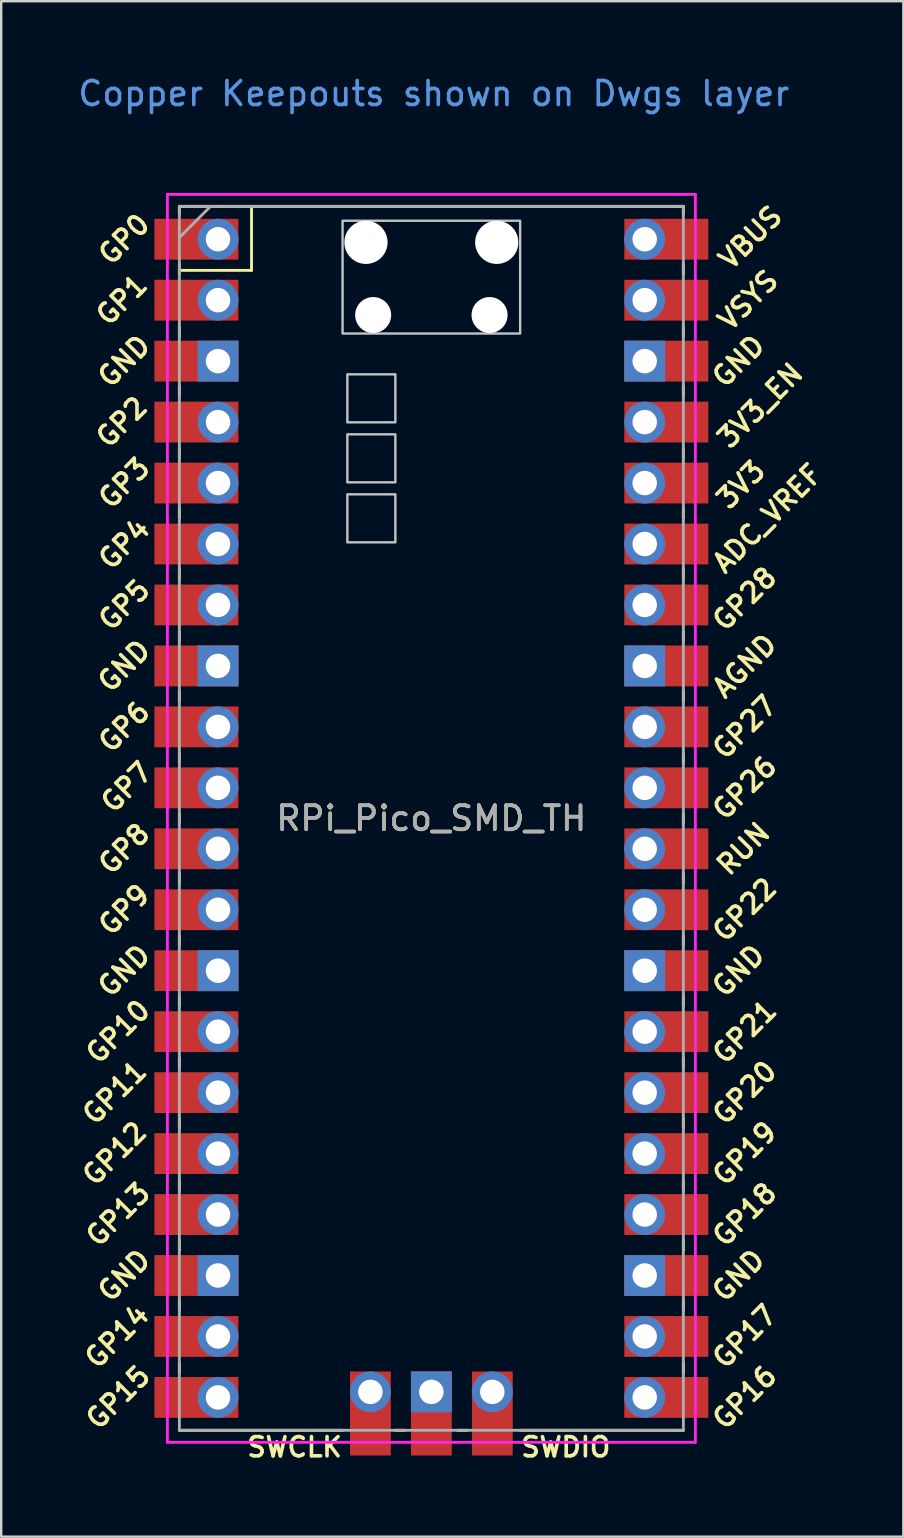
<source format=kicad_pcb>
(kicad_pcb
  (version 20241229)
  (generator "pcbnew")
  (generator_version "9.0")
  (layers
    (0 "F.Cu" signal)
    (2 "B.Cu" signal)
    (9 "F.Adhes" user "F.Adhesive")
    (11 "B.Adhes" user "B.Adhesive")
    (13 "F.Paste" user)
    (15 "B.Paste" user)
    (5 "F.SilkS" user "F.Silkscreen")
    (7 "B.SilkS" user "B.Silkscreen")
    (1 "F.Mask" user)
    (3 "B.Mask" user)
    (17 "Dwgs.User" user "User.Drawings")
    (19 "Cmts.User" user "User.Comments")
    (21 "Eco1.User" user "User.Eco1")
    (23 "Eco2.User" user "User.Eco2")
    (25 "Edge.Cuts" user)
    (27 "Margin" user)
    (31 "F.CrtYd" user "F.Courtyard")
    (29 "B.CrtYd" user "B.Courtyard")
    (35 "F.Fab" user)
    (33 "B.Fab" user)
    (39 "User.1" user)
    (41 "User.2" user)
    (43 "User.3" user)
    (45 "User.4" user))
  (footprint "RPi_Pico_SMD_TH"
    (layer "F.Cu")
    (at 14.924 31.048)
    (property "Reference" "RPi_Pico_SMD_TH" (at 0 0 0) (layer "F.SilkS") (effects (font (size 1 1) (thickness 0.15))))
    (attr through_hole)
    (fp_line (start -10.5 -25.5) (end -10.5 -25.2) (stroke (width 0.12) (type solid)) (layer "F.SilkS"))
    (fp_line (start -10.5 -25.5) (end 10.5 -25.5) (stroke (width 0.12) (type solid)) (layer "F.SilkS"))
    (fp_line (start -10.5 -23.1) (end -10.5 -22.7) (stroke (width 0.12) (type solid)) (layer "F.SilkS"))
    (fp_line (start -10.5 -22.833) (end -7.493 -22.833) (stroke (width 0.12) (type solid)) (layer "F.SilkS"))
    (fp_line (start -10.5 -20.5) (end -10.5 -20.1) (stroke (width 0.12) (type solid)) (layer "F.SilkS"))
    (fp_line (start -10.5 -18) (end -10.5 -17.6) (stroke (width 0.12) (type solid)) (layer "F.SilkS"))
    (fp_line (start -10.5 -15.4) (end -10.5 -15) (stroke (width 0.12) (type solid)) (layer "F.SilkS"))
    (fp_line (start -10.5 -12.9) (end -10.5 -12.5) (stroke (width 0.12) (type solid)) (layer "F.SilkS"))
    (fp_line (start -10.5 -10.4) (end -10.5 -10) (stroke (width 0.12) (type solid)) (layer "F.SilkS"))
    (fp_line (start -10.5 -7.8) (end -10.5 -7.4) (stroke (width 0.12) (type solid)) (layer "F.SilkS"))
    (fp_line (start -10.5 -5.3) (end -10.5 -4.9) (stroke (width 0.12) (type solid)) (layer "F.SilkS"))
    (fp_line (start -10.5 -2.7) (end -10.5 -2.3) (stroke (width 0.12) (type solid)) (layer "F.SilkS"))
    (fp_line (start -10.5 -0.2) (end -10.5 0.2) (stroke (width 0.12) (type solid)) (layer "F.SilkS"))
    (fp_line (start -10.5 2.3) (end -10.5 2.7) (stroke (width 0.12) (type solid)) (layer "F.SilkS"))
    (fp_line (start -10.5 4.9) (end -10.5 5.3) (stroke (width 0.12) (type solid)) (layer "F.SilkS"))
    (fp_line (start -10.5 7.4) (end -10.5 7.8) (stroke (width 0.12) (type solid)) (layer "F.SilkS"))
    (fp_line (start -10.5 10) (end -10.5 10.4) (stroke (width 0.12) (type solid)) (layer "F.SilkS"))
    (fp_line (start -10.5 12.5) (end -10.5 12.9) (stroke (width 0.12) (type solid)) (layer "F.SilkS"))
    (fp_line (start -10.5 15.1) (end -10.5 15.5) (stroke (width 0.12) (type solid)) (layer "F.SilkS"))
    (fp_line (start -10.5 17.6) (end -10.5 18) (stroke (width 0.12) (type solid)) (layer "F.SilkS"))
    (fp_line (start -10.5 20.1) (end -10.5 20.5) (stroke (width 0.12) (type solid)) (layer "F.SilkS"))
    (fp_line (start -10.5 22.7) (end -10.5 23.1) (stroke (width 0.12) (type solid)) (layer "F.SilkS"))
    (fp_line (start -7.493 -22.833) (end -7.493 -25.5) (stroke (width 0.12) (type solid)) (layer "F.SilkS"))
    (fp_line (start -3.7 25.5) (end -10.5 25.5) (stroke (width 0.12) (type solid)) (layer "F.SilkS"))
    (fp_line (start -1.5 25.5) (end -1.1 25.5) (stroke (width 0.12) (type solid)) (layer "F.SilkS"))
    (fp_line (start 1.1 25.5) (end 1.5 25.5) (stroke (width 0.12) (type solid)) (layer "F.SilkS"))
    (fp_line (start 10.5 -25.5) (end 10.5 -25.2) (stroke (width 0.12) (type solid)) (layer "F.SilkS"))
    (fp_line (start 10.5 -23.1) (end 10.5 -22.7) (stroke (width 0.12) (type solid)) (layer "F.SilkS"))
    (fp_line (start 10.5 -20.5) (end 10.5 -20.1) (stroke (width 0.12) (type solid)) (layer "F.SilkS"))
    (fp_line (start 10.5 -18) (end 10.5 -17.6) (stroke (width 0.12) (type solid)) (layer "F.SilkS"))
    (fp_line (start 10.5 -15.4) (end 10.5 -15) (stroke (width 0.12) (type solid)) (layer "F.SilkS"))
    (fp_line (start 10.5 -12.9) (end 10.5 -12.5) (stroke (width 0.12) (type solid)) (layer "F.SilkS"))
    (fp_line (start 10.5 -10.4) (end 10.5 -10) (stroke (width 0.12) (type solid)) (layer "F.SilkS"))
    (fp_line (start 10.5 -7.8) (end 10.5 -7.4) (stroke (width 0.12) (type solid)) (layer "F.SilkS"))
    (fp_line (start 10.5 -5.3) (end 10.5 -4.9) (stroke (width 0.12) (type solid)) (layer "F.SilkS"))
    (fp_line (start 10.5 -2.7) (end 10.5 -2.3) (stroke (width 0.12) (type solid)) (layer "F.SilkS"))
    (fp_line (start 10.5 -0.2) (end 10.5 0.2) (stroke (width 0.12) (type solid)) (layer "F.SilkS"))
    (fp_line (start 10.5 2.3) (end 10.5 2.7) (stroke (width 0.12) (type solid)) (layer "F.SilkS"))
    (fp_line (start 10.5 4.9) (end 10.5 5.3) (stroke (width 0.12) (type solid)) (layer "F.SilkS"))
    (fp_line (start 10.5 7.4) (end 10.5 7.8) (stroke (width 0.12) (type solid)) (layer "F.SilkS"))
    (fp_line (start 10.5 10) (end 10.5 10.4) (stroke (width 0.12) (type solid)) (layer "F.SilkS"))
    (fp_line (start 10.5 12.5) (end 10.5 12.9) (stroke (width 0.12) (type solid)) (layer "F.SilkS"))
    (fp_line (start 10.5 15.1) (end 10.5 15.5) (stroke (width 0.12) (type solid)) (layer "F.SilkS"))
    (fp_line (start 10.5 17.6) (end 10.5 18) (stroke (width 0.12) (type solid)) (layer "F.SilkS"))
    (fp_line (start 10.5 20.1) (end 10.5 20.5) (stroke (width 0.12) (type solid)) (layer "F.SilkS"))
    (fp_line (start 10.5 22.7) (end 10.5 23.1) (stroke (width 0.12) (type solid)) (layer "F.SilkS"))
    (fp_line (start 10.5 25.5) (end 3.7 25.5) (stroke (width 0.12) (type solid)) (layer "F.SilkS"))
    (fp_poly (pts (xy -1.5 -16.5) (xy -3.5 -16.5) (xy -3.5 -18.5) (xy -1.5 -18.5)) (stroke (width 0.1) (type solid)) (fill no) (layer "Dwgs.User"))
    (fp_poly (pts (xy -1.5 -14) (xy -3.5 -14) (xy -3.5 -16) (xy -1.5 -16)) (stroke (width 0.1) (type solid)) (fill no) (layer "Dwgs.User"))
    (fp_poly (pts (xy -1.5 -11.5) (xy -3.5 -11.5) (xy -3.5 -13.5) (xy -1.5 -13.5)) (stroke (width 0.1) (type solid)) (fill no) (layer "Dwgs.User"))
    (fp_poly (pts (xy 3.7 -20.2) (xy -3.7 -20.2) (xy -3.7 -24.9) (xy 3.7 -24.9)) (stroke (width 0.1) (type solid)) (fill no) (layer "Dwgs.User"))
    (fp_line (start -11 -26) (end 11 -26) (stroke (width 0.12) (type solid)) (layer "F.CrtYd"))
    (fp_line (start -11 26) (end -11 -26) (stroke (width 0.12) (type solid)) (layer "F.CrtYd"))
    (fp_line (start 11 -26) (end 11 26) (stroke (width 0.12) (type solid)) (layer "F.CrtYd"))
    (fp_line (start 11 26) (end -11 26) (stroke (width 0.12) (type solid)) (layer "F.CrtYd"))
    (fp_line (start -10.5 -25.5) (end 10.5 -25.5) (stroke (width 0.12) (type solid)) (layer "F.Fab"))
    (fp_line (start -10.5 -24.2) (end -9.2 -25.5) (stroke (width 0.12) (type solid)) (layer "F.Fab"))
    (fp_line (start -10.5 25.5) (end -10.5 -25.5) (stroke (width 0.12) (type solid)) (layer "F.Fab"))
    (fp_line (start 10.5 -25.5) (end 10.5 25.5) (stroke (width 0.12) (type solid)) (layer "F.Fab"))
    (fp_line (start 10.5 25.5) (end -10.5 25.5) (stroke (width 0.12) (type solid)) (layer "F.Fab"))
    (fp_text user "VSYS" (at 13.2 -21.59 45) (layer "F.SilkS") (effects (font (size 0.8 0.8) (thickness 0.15))))
    (fp_text user "GP10" (at -13.054 8.89 45) (layer "F.SilkS") (effects (font (size 0.8 0.8) (thickness 0.15))))
    (fp_text user "AGND" (at 13.054 -6.35 45) (layer "F.SilkS") (effects (font (size 0.8 0.8) (thickness 0.15))))
    (fp_text user "GND" (at 12.8 -19.05 45) (layer "F.SilkS") (effects (font (size 0.8 0.8) (thickness 0.15))))
    (fp_text user "GND" (at -12.8 -19.05 45) (layer "F.SilkS") (effects (font (size 0.8 0.8) (thickness 0.15))))
    (fp_text user "GP26" (at 13.054 -1.27 45) (layer "F.SilkS") (effects (font (size 0.8 0.8) (thickness 0.15))))
    (fp_text user "GP5" (at -12.8 -8.89 45) (layer "F.SilkS") (effects (font (size 0.8 0.8) (thickness 0.15))))
    (fp_text user "GP14" (at -13.1 21.59 45) (layer "F.SilkS") (effects (font (size 0.8 0.8) (thickness 0.15))))
    (fp_text user "GP20" (at 13.054 11.43 45) (layer "F.SilkS") (effects (font (size 0.8 0.8) (thickness 0.15))))
    (fp_text user "3V3" (at 12.9 -13.9 45) (layer "F.SilkS") (effects (font (size 0.8 0.8) (thickness 0.15))))
    (fp_text user "GP4" (at -12.8 -11.43 45) (layer "F.SilkS") (effects (font (size 0.8 0.8) (thickness 0.15))))
    (fp_text user "SWCLK" (at -5.7 26.2 0) (layer "F.SilkS") (effects (font (size 0.8 0.8) (thickness 0.15))))
    (fp_text user "GP1" (at -12.9 -21.6 45) (layer "F.SilkS") (effects (font (size 0.8 0.8) (thickness 0.15))))
    (fp_text user "GP3" (at -12.8 -13.97 45) (layer "F.SilkS") (effects (font (size 0.8 0.8) (thickness 0.15))))
    (fp_text user "GP16" (at 13.054 24.13 45) (layer "F.SilkS") (effects (font (size 0.8 0.8) (thickness 0.15))))
    (fp_text user "3V3_EN" (at 13.7 -17.2 45) (layer "F.SilkS") (effects (font (size 0.8 0.8) (thickness 0.15))))
    (fp_text user "GP22" (at 13.054 3.81 45) (layer "F.SilkS") (effects (font (size 0.8 0.8) (thickness 0.15))))
    (fp_text user "GP17" (at 13.054 21.59 45) (layer "F.SilkS") (effects (font (size 0.8 0.8) (thickness 0.15))))
    (fp_text user "GND" (at -12.8 -6.35 45) (layer "F.SilkS") (effects (font (size 0.8 0.8) (thickness 0.15))))
    (fp_text user "GP0" (at -12.8 -24.13 45) (layer "F.SilkS") (effects (font (size 0.8 0.8) (thickness 0.15))))
    (fp_text user "GP8" (at -12.8 1.27 45) (layer "F.SilkS") (effects (font (size 0.8 0.8) (thickness 0.15))))
    (fp_text user "SWDIO" (at 5.6 26.2 0) (layer "F.SilkS") (effects (font (size 0.8 0.8) (thickness 0.15))))
    (fp_text user "GP13" (at -13.054 16.51 45) (layer "F.SilkS") (effects (font (size 0.8 0.8) (thickness 0.15))))
    (fp_text user "GND" (at -12.8 6.35 45) (layer "F.SilkS") (effects (font (size 0.8 0.8) (thickness 0.15))))
    (fp_text user "GP2" (at -12.9 -16.51 45) (layer "F.SilkS") (effects (font (size 0.8 0.8) (thickness 0.15))))
    (fp_text user "GP11" (at -13.2 11.43 45) (layer "F.SilkS") (effects (font (size 0.8 0.8) (thickness 0.15))))
    (fp_text user "GP28" (at 13.054 -9.144 45) (layer "F.SilkS") (effects (font (size 0.8 0.8) (thickness 0.15))))
    (fp_text user "GP9" (at -12.8 3.81 45) (layer "F.SilkS") (effects (font (size 0.8 0.8) (thickness 0.15))))
    (fp_text user "GND" (at -12.8 19.05 45) (layer "F.SilkS") (effects (font (size 0.8 0.8) (thickness 0.15))))
    (fp_text user "GP19" (at 13.054 13.97 45) (layer "F.SilkS") (effects (font (size 0.8 0.8) (thickness 0.15))))
    (fp_text user "VBUS" (at 13.3 -24.2 45) (layer "F.SilkS") (effects (font (size 0.8 0.8) (thickness 0.15))))
    (fp_text user "GP27" (at 13.054 -3.8 45) (layer "F.SilkS") (effects (font (size 0.8 0.8) (thickness 0.15))))
    (fp_text user "GP18" (at 13.054 16.51 45) (layer "F.SilkS") (effects (font (size 0.8 0.8) (thickness 0.15))))
    (fp_text user "GP15" (at -13.054 24.13 45) (layer "F.SilkS") (effects (font (size 0.8 0.8) (thickness 0.15))))
    (fp_text user "GP6" (at -12.8 -3.81 45) (layer "F.SilkS") (effects (font (size 0.8 0.8) (thickness 0.15))))
    (fp_text user "RUN" (at 13 1.27 45) (layer "F.SilkS") (effects (font (size 0.8 0.8) (thickness 0.15))))
    (fp_text user "GND" (at 12.8 6.35 45) (layer "F.SilkS") (effects (font (size 0.8 0.8) (thickness 0.15))))
    (fp_text user "ADC_VREF" (at 14 -12.5 45) (layer "F.SilkS") (effects (font (size 0.8 0.8) (thickness 0.15))))
    (fp_text user "GND" (at 12.8 19.05 45) (layer "F.SilkS") (effects (font (size 0.8 0.8) (thickness 0.15))))
    (fp_text user "GP21" (at 13.054 8.9 45) (layer "F.SilkS") (effects (font (size 0.8 0.8) (thickness 0.15))))
    (fp_text user "GP7" (at -12.7 -1.3 45) (layer "F.SilkS") (effects (font (size 0.8 0.8) (thickness 0.15))))
    (fp_text user "GP12" (at -13.2 13.97 45) (layer "F.SilkS") (effects (font (size 0.8 0.8) (thickness 0.15))))
    (fp_text user "Copper Keepouts shown on Dwgs layer" (at 0.1 -30.2 0) (layer "Cmts.User") (effects (font (size 1 1) (thickness 0.15))))
    (fp_text user "${REFERENCE}" (at 0 0 180) (layer "F.Fab") (effects (font (size 1 1) (thickness 0.15))))
    (pad "" np_thru_hole oval (at -2.725 -24) (size 1.8 1.8) (drill 1.8) (layers "*.Cu" "*.Mask"))
    (pad "" np_thru_hole oval (at -2.425 -20.97) (size 1.5 1.5) (drill 1.5) (layers "*.Cu" "*.Mask"))
    (pad "" np_thru_hole oval (at 2.425 -20.97) (size 1.5 1.5) (drill 1.5) (layers "*.Cu" "*.Mask"))
    (pad "" np_thru_hole oval (at 2.725 -24) (size 1.8 1.8) (drill 1.8) (layers "*.Cu" "*.Mask"))
    (pad "1" thru_hole oval (at -8.89 -24.13) (size 1.7 1.7) (drill 1.02) (layers "*.Cu" "*.Mask"))
    (pad "1" smd rect (at -8.89 -24.13) (size 3.5 1.7) (drill (offset -0.9 0)) (layers "F.Cu" "F.Mask"))
    (pad "2" thru_hole oval (at -8.89 -21.59) (size 1.7 1.7) (drill 1.02) (layers "*.Cu" "*.Mask"))
    (pad "2" smd rect (at -8.89 -21.59) (size 3.5 1.7) (drill (offset -0.9 0)) (layers "F.Cu" "F.Mask"))
    (pad "3" thru_hole rect (at -8.89 -19.05) (size 1.7 1.7) (drill 1.02) (layers "*.Cu" "*.Mask"))
    (pad "3" smd rect (at -8.89 -19.05) (size 3.5 1.7) (drill (offset -0.9 0)) (layers "F.Cu" "F.Mask"))
    (pad "4" thru_hole oval (at -8.89 -16.51) (size 1.7 1.7) (drill 1.02) (layers "*.Cu" "*.Mask"))
    (pad "4" smd rect (at -8.89 -16.51) (size 3.5 1.7) (drill (offset -0.9 0)) (layers "F.Cu" "F.Mask"))
    (pad "5" thru_hole oval (at -8.89 -13.97) (size 1.7 1.7) (drill 1.02) (layers "*.Cu" "*.Mask"))
    (pad "5" smd rect (at -8.89 -13.97) (size 3.5 1.7) (drill (offset -0.9 0)) (layers "F.Cu" "F.Mask"))
    (pad "6" thru_hole oval (at -8.89 -11.43) (size 1.7 1.7) (drill 1.02) (layers "*.Cu" "*.Mask"))
    (pad "6" smd rect (at -8.89 -11.43) (size 3.5 1.7) (drill (offset -0.9 0)) (layers "F.Cu" "F.Mask"))
    (pad "7" thru_hole oval (at -8.89 -8.89) (size 1.7 1.7) (drill 1.02) (layers "*.Cu" "*.Mask"))
    (pad "7" smd rect (at -8.89 -8.89) (size 3.5 1.7) (drill (offset -0.9 0)) (layers "F.Cu" "F.Mask"))
    (pad "8" thru_hole rect (at -8.89 -6.35) (size 1.7 1.7) (drill 1.02) (layers "*.Cu" "*.Mask"))
    (pad "8" smd rect (at -8.89 -6.35) (size 3.5 1.7) (drill (offset -0.9 0)) (layers "F.Cu" "F.Mask"))
    (pad "9" thru_hole oval (at -8.89 -3.81) (size 1.7 1.7) (drill 1.02) (layers "*.Cu" "*.Mask"))
    (pad "9" smd rect (at -8.89 -3.81) (size 3.5 1.7) (drill (offset -0.9 0)) (layers "F.Cu" "F.Mask"))
    (pad "10" thru_hole oval (at -8.89 -1.27) (size 1.7 1.7) (drill 1.02) (layers "*.Cu" "*.Mask"))
    (pad "10" smd rect (at -8.89 -1.27) (size 3.5 1.7) (drill (offset -0.9 0)) (layers "F.Cu" "F.Mask"))
    (pad "11" thru_hole oval (at -8.89 1.27) (size 1.7 1.7) (drill 1.02) (layers "*.Cu" "*.Mask"))
    (pad "11" smd rect (at -8.89 1.27) (size 3.5 1.7) (drill (offset -0.9 0)) (layers "F.Cu" "F.Mask"))
    (pad "12" thru_hole oval (at -8.89 3.81) (size 1.7 1.7) (drill 1.02) (layers "*.Cu" "*.Mask"))
    (pad "12" smd rect (at -8.89 3.81) (size 3.5 1.7) (drill (offset -0.9 0)) (layers "F.Cu" "F.Mask"))
    (pad "13" thru_hole rect (at -8.89 6.35) (size 1.7 1.7) (drill 1.02) (layers "*.Cu" "*.Mask"))
    (pad "13" smd rect (at -8.89 6.35) (size 3.5 1.7) (drill (offset -0.9 0)) (layers "F.Cu" "F.Mask"))
    (pad "14" thru_hole oval (at -8.89 8.89) (size 1.7 1.7) (drill 1.02) (layers "*.Cu" "*.Mask"))
    (pad "14" smd rect (at -8.89 8.89) (size 3.5 1.7) (drill (offset -0.9 0)) (layers "F.Cu" "F.Mask"))
    (pad "15" thru_hole oval (at -8.89 11.43) (size 1.7 1.7) (drill 1.02) (layers "*.Cu" "*.Mask"))
    (pad "15" smd rect (at -8.89 11.43) (size 3.5 1.7) (drill (offset -0.9 0)) (layers "F.Cu" "F.Mask"))
    (pad "16" thru_hole oval (at -8.89 13.97) (size 1.7 1.7) (drill 1.02) (layers "*.Cu" "*.Mask"))
    (pad "16" smd rect (at -8.89 13.97) (size 3.5 1.7) (drill (offset -0.9 0)) (layers "F.Cu" "F.Mask"))
    (pad "17" thru_hole oval (at -8.89 16.51) (size 1.7 1.7) (drill 1.02) (layers "*.Cu" "*.Mask"))
    (pad "17" smd rect (at -8.89 16.51) (size 3.5 1.7) (drill (offset -0.9 0)) (layers "F.Cu" "F.Mask"))
    (pad "18" thru_hole rect (at -8.89 19.05) (size 1.7 1.7) (drill 1.02) (layers "*.Cu" "*.Mask"))
    (pad "18" smd rect (at -8.89 19.05) (size 3.5 1.7) (drill (offset -0.9 0)) (layers "F.Cu" "F.Mask"))
    (pad "19" thru_hole oval (at -8.89 21.59) (size 1.7 1.7) (drill 1.02) (layers "*.Cu" "*.Mask"))
    (pad "19" smd rect (at -8.89 21.59) (size 3.5 1.7) (drill (offset -0.9 0)) (layers "F.Cu" "F.Mask"))
    (pad "20" thru_hole oval (at -8.89 24.13) (size 1.7 1.7) (drill 1.02) (layers "*.Cu" "*.Mask"))
    (pad "20" smd rect (at -8.89 24.13) (size 3.5 1.7) (drill (offset -0.9 0)) (layers "F.Cu" "F.Mask"))
    (pad "21" thru_hole oval (at 8.89 24.13) (size 1.7 1.7) (drill 1.02) (layers "*.Cu" "*.Mask"))
    (pad "21" smd rect (at 8.89 24.13) (size 3.5 1.7) (drill (offset 0.9 0)) (layers "F.Cu" "F.Mask"))
    (pad "22" thru_hole oval (at 8.89 21.59) (size 1.7 1.7) (drill 1.02) (layers "*.Cu" "*.Mask"))
    (pad "22" smd rect (at 8.89 21.59) (size 3.5 1.7) (drill (offset 0.9 0)) (layers "F.Cu" "F.Mask"))
    (pad "23" thru_hole rect (at 8.89 19.05) (size 1.7 1.7) (drill 1.02) (layers "*.Cu" "*.Mask"))
    (pad "23" smd rect (at 8.89 19.05) (size 3.5 1.7) (drill (offset 0.9 0)) (layers "F.Cu" "F.Mask"))
    (pad "24" thru_hole oval (at 8.89 16.51) (size 1.7 1.7) (drill 1.02) (layers "*.Cu" "*.Mask"))
    (pad "24" smd rect (at 8.89 16.51) (size 3.5 1.7) (drill (offset 0.9 0)) (layers "F.Cu" "F.Mask"))
    (pad "25" thru_hole oval (at 8.89 13.97) (size 1.7 1.7) (drill 1.02) (layers "*.Cu" "*.Mask"))
    (pad "25" smd rect (at 8.89 13.97) (size 3.5 1.7) (drill (offset 0.9 0)) (layers "F.Cu" "F.Mask"))
    (pad "26" thru_hole oval (at 8.89 11.43) (size 1.7 1.7) (drill 1.02) (layers "*.Cu" "*.Mask"))
    (pad "26" smd rect (at 8.89 11.43) (size 3.5 1.7) (drill (offset 0.9 0)) (layers "F.Cu" "F.Mask"))
    (pad "27" thru_hole oval (at 8.89 8.89) (size 1.7 1.7) (drill 1.02) (layers "*.Cu" "*.Mask"))
    (pad "27" smd rect (at 8.89 8.89) (size 3.5 1.7) (drill (offset 0.9 0)) (layers "F.Cu" "F.Mask"))
    (pad "28" thru_hole rect (at 8.89 6.35) (size 1.7 1.7) (drill 1.02) (layers "*.Cu" "*.Mask"))
    (pad "28" smd rect (at 8.89 6.35) (size 3.5 1.7) (drill (offset 0.9 0)) (layers "F.Cu" "F.Mask"))
    (pad "29" thru_hole oval (at 8.89 3.81) (size 1.7 1.7) (drill 1.02) (layers "*.Cu" "*.Mask"))
    (pad "29" smd rect (at 8.89 3.81) (size 3.5 1.7) (drill (offset 0.9 0)) (layers "F.Cu" "F.Mask"))
    (pad "30" thru_hole oval (at 8.89 1.27) (size 1.7 1.7) (drill 1.02) (layers "*.Cu" "*.Mask"))
    (pad "30" smd rect (at 8.89 1.27) (size 3.5 1.7) (drill (offset 0.9 0)) (layers "F.Cu" "F.Mask"))
    (pad "31" thru_hole oval (at 8.89 -1.27) (size 1.7 1.7) (drill 1.02) (layers "*.Cu" "*.Mask"))
    (pad "31" smd rect (at 8.89 -1.27) (size 3.5 1.7) (drill (offset 0.9 0)) (layers "F.Cu" "F.Mask"))
    (pad "32" thru_hole oval (at 8.89 -3.81) (size 1.7 1.7) (drill 1.02) (layers "*.Cu" "*.Mask"))
    (pad "32" smd rect (at 8.89 -3.81) (size 3.5 1.7) (drill (offset 0.9 0)) (layers "F.Cu" "F.Mask"))
    (pad "33" thru_hole rect (at 8.89 -6.35) (size 1.7 1.7) (drill 1.02) (layers "*.Cu" "*.Mask"))
    (pad "33" smd rect (at 8.89 -6.35) (size 3.5 1.7) (drill (offset 0.9 0)) (layers "F.Cu" "F.Mask"))
    (pad "34" thru_hole oval (at 8.89 -8.89) (size 1.7 1.7) (drill 1.02) (layers "*.Cu" "*.Mask"))
    (pad "34" smd rect (at 8.89 -8.89) (size 3.5 1.7) (drill (offset 0.9 0)) (layers "F.Cu" "F.Mask"))
    (pad "35" thru_hole oval (at 8.89 -11.43) (size 1.7 1.7) (drill 1.02) (layers "*.Cu" "*.Mask"))
    (pad "35" smd rect (at 8.89 -11.43) (size 3.5 1.7) (drill (offset 0.9 0)) (layers "F.Cu" "F.Mask"))
    (pad "36" thru_hole oval (at 8.89 -13.97) (size 1.7 1.7) (drill 1.02) (layers "*.Cu" "*.Mask"))
    (pad "36" smd rect (at 8.89 -13.97) (size 3.5 1.7) (drill (offset 0.9 0)) (layers "F.Cu" "F.Mask"))
    (pad "37" thru_hole oval (at 8.89 -16.51) (size 1.7 1.7) (drill 1.02) (layers "*.Cu" "*.Mask"))
    (pad "37" smd rect (at 8.89 -16.51) (size 3.5 1.7) (drill (offset 0.9 0)) (layers "F.Cu" "F.Mask"))
    (pad "38" thru_hole rect (at 8.89 -19.05) (size 1.7 1.7) (drill 1.02) (layers "*.Cu" "*.Mask"))
    (pad "38" smd rect (at 8.89 -19.05) (size 3.5 1.7) (drill (offset 0.9 0)) (layers "F.Cu" "F.Mask"))
    (pad "39" thru_hole oval (at 8.89 -21.59) (size 1.7 1.7) (drill 1.02) (layers "*.Cu" "*.Mask"))
    (pad "39" smd rect (at 8.89 -21.59) (size 3.5 1.7) (drill (offset 0.9 0)) (layers "F.Cu" "F.Mask"))
    (pad "40" thru_hole oval (at 8.89 -24.13) (size 1.7 1.7) (drill 1.02) (layers "*.Cu" "*.Mask"))
    (pad "40" smd rect (at 8.89 -24.13) (size 3.5 1.7) (drill (offset 0.9 0)) (layers "F.Cu" "F.Mask"))
    (pad "41" thru_hole oval (at -2.54 23.9) (size 1.7 1.7) (drill 1.02) (layers "*.Cu" "*.Mask"))
    (pad "41" smd rect (at -2.54 23.9 90) (size 3.5 1.7) (drill (offset -0.9 0)) (layers "F.Cu" "F.Mask"))
    (pad "42" thru_hole rect (at 0 23.9) (size 1.7 1.7) (drill 1.02) (layers "*.Cu" "*.Mask"))
    (pad "42" smd rect (at 0 23.9 90) (size 3.5 1.7) (drill (offset -0.9 0)) (layers "F.Cu" "F.Mask"))
    (pad "43" thru_hole oval (at 2.54 23.9) (size 1.7 1.7) (drill 1.02) (layers "*.Cu" "*.Mask"))
    (pad "43" smd rect (at 2.54 23.9 90) (size 3.5 1.7) (drill (offset -0.9 0)) (layers "F.Cu" "F.Mask")))
  (gr_rect
    (start -3 -3)
    (end 34.591 60.98)
    (stroke (width 0.1) (type default))
    (fill no)
    (layer "Edge.Cuts")))
</source>
